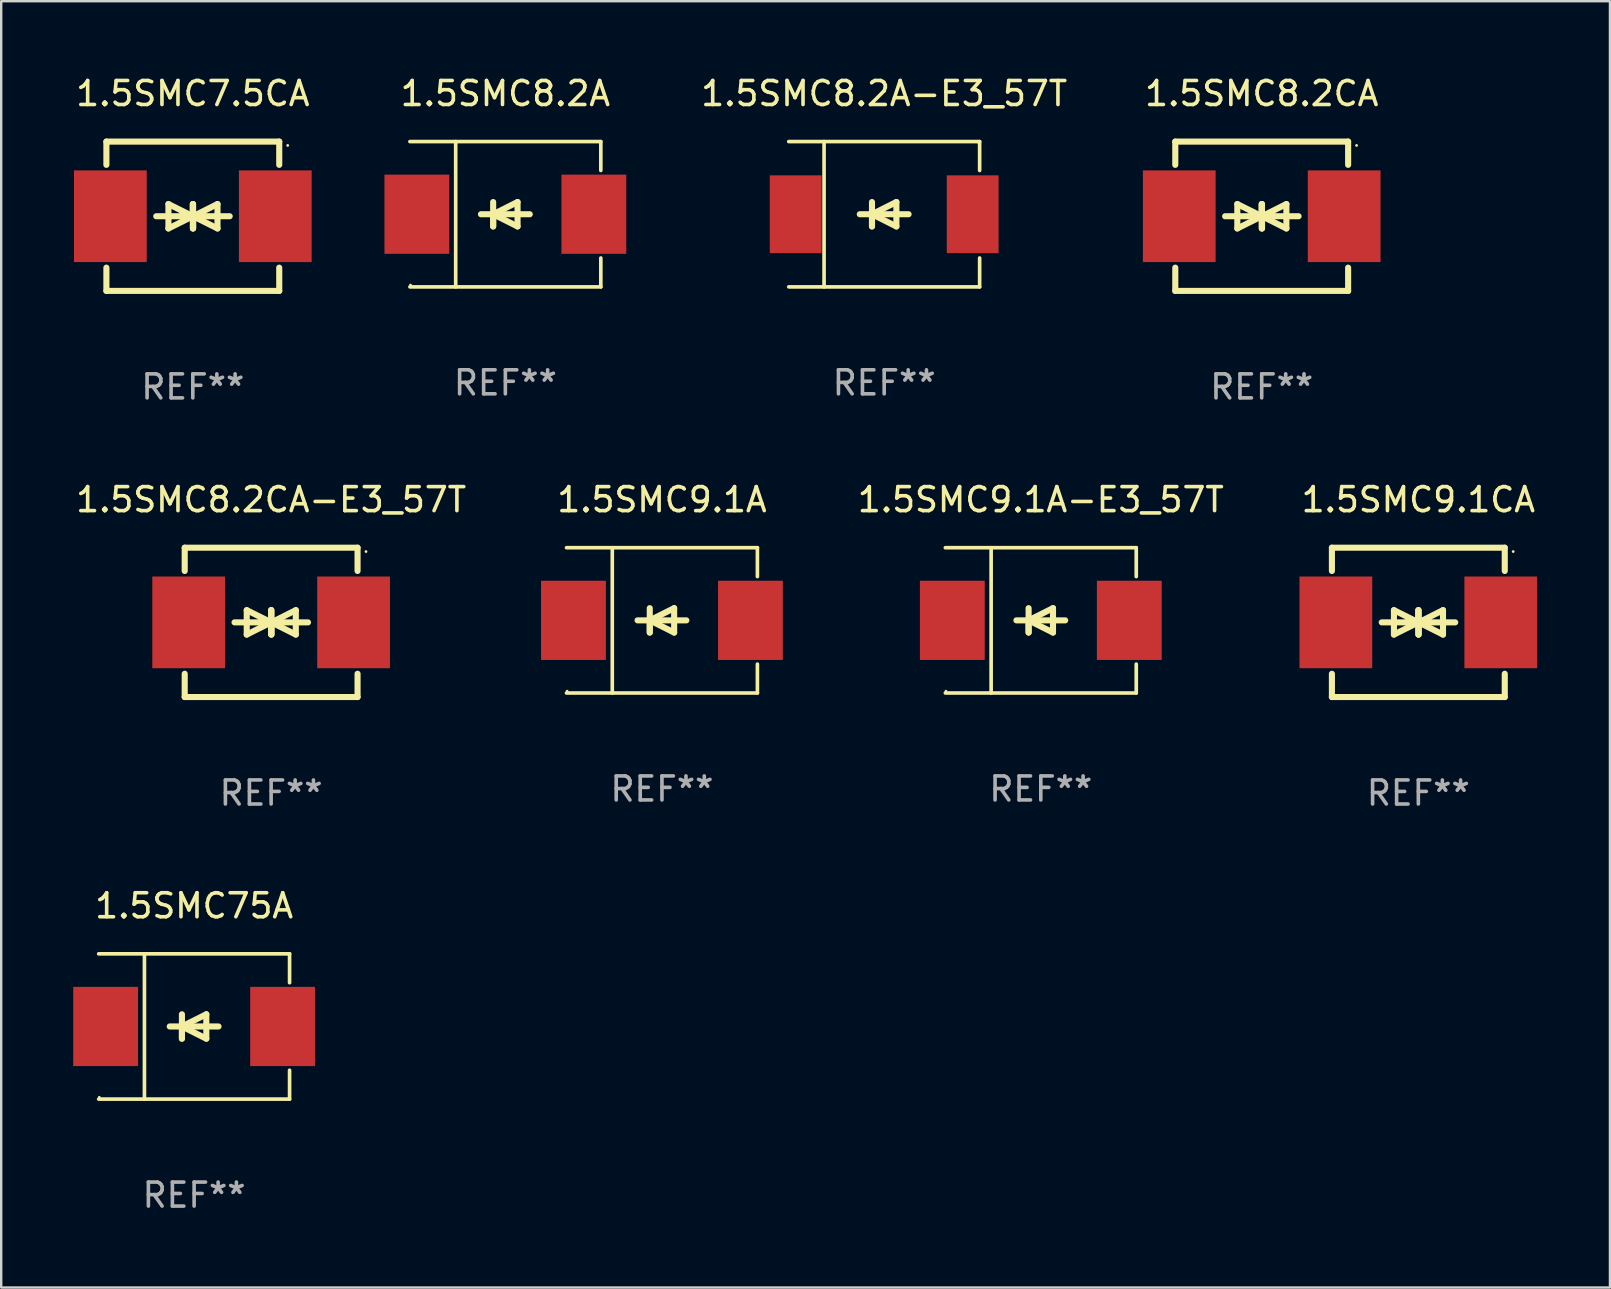
<source format=kicad_pcb>
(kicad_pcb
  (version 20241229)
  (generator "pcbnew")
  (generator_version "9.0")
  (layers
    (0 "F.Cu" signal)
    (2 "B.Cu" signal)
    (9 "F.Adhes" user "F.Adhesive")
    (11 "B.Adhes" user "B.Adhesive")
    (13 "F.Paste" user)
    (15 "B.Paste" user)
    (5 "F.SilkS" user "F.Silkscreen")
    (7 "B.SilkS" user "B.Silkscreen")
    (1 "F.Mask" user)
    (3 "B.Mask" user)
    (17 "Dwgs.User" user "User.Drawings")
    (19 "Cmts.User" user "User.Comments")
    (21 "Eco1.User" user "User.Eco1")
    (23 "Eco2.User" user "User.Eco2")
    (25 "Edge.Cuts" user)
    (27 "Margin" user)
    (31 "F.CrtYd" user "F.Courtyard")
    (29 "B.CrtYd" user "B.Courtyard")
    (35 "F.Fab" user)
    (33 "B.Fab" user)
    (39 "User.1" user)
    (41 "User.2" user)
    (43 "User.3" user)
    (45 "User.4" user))
  (footprint "1.5SMC8.2CA"
    (layer "F.Cu")
    (at 49.507 5.958)
    (property "Reference" "1.5SMC8.2CA" (at 0 -5.11 0) (layer "F.SilkS") (effects (font (size 1 1) (thickness 0.15))))
    (attr through_hole)
    (fp_line (start -3.6 -2.141) (end -3.6 -3.11) (stroke (width 0.254) (type solid)) (layer "F.SilkS"))
    (fp_line (start -3.6 3.11) (end -3.6 2.141) (stroke (width 0.254) (type solid)) (layer "F.SilkS"))
    (fp_line (start -1.524 0) (end 0.508 0) (stroke (width 0.254) (type solid)) (layer "F.SilkS"))
    (fp_line (start -1.016 -0.508) (end -1.016 0.508) (stroke (width 0.254) (type solid)) (layer "F.SilkS"))
    (fp_line (start -1.016 0.508) (end 0 0) (stroke (width 0.254) (type solid)) (layer "F.SilkS"))
    (fp_line (start 0 -0.508) (end 0 0.508) (stroke (width 0.254) (type solid)) (layer "F.SilkS"))
    (fp_line (start 0 0) (end -1.016 -0.508) (stroke (width 0.254) (type solid)) (layer "F.SilkS"))
    (fp_line (start 0 0) (end 0 -0.508) (stroke (width 0.254) (type solid)) (layer "F.SilkS"))
    (fp_line (start 0.012 0) (end 0.012 0.508) (stroke (width 0.254) (type solid)) (layer "F.SilkS"))
    (fp_line (start 0.012 0) (end 1.028 0.508) (stroke (width 0.254) (type solid)) (layer "F.SilkS"))
    (fp_line (start 0.012 0.508) (end 0.012 -0.508) (stroke (width 0.254) (type solid)) (layer "F.SilkS"))
    (fp_line (start 1.028 -0.508) (end 0.012 0) (stroke (width 0.254) (type solid)) (layer "F.SilkS"))
    (fp_line (start 1.028 0.508) (end 1.028 -0.508) (stroke (width 0.254) (type solid)) (layer "F.SilkS"))
    (fp_line (start 1.536 0) (end -0.496 0) (stroke (width 0.254) (type solid)) (layer "F.SilkS"))
    (fp_line (start 3.6 -3.11) (end -3.6 -3.11) (stroke (width 0.254) (type solid)) (layer "F.SilkS"))
    (fp_line (start 3.6 -2.141) (end 3.6 -3.11) (stroke (width 0.254) (type solid)) (layer "F.SilkS"))
    (fp_line (start 3.6 3.11) (end -3.6 3.11) (stroke (width 0.254) (type solid)) (layer "F.SilkS"))
    (fp_line (start 3.6 3.11) (end 3.6 2.141) (stroke (width 0.254) (type solid)) (layer "F.SilkS"))
    (fp_circle (center 3.952 -2.95) (end 3.982 -2.95) (stroke (width 0.06) (type solid)) (fill no) (layer "F.SilkS"))
    (fp_text user "REF**" (at 0 7.11 0) (layer "F.Fab") (effects (font (size 1 1) (thickness 0.15))))
    (pad "1" smd rect (at 3.435 0) (size 3.03 3.82) (layers "F.Cu" "F.Mask" "F.Paste"))
    (pad "2" smd rect (at -3.435 0) (size 3.03 3.82) (layers "F.Cu" "F.Mask" "F.Paste")))
  (footprint "1.5SMC8.2A-E3_57T"
    (layer "F.Cu")
    (at 33.781 5.874)
    (property "Reference" "1.5SMC8.2A-E3_57T" (at 0 -5.026 0) (layer "F.SilkS") (effects (font (size 1 1) (thickness 0.15))))
    (attr through_hole)
    (fp_line (start -3.976 -3.026) (end 3.976 -3.026) (stroke (width 0.152) (type solid)) (layer "F.SilkS"))
    (fp_line (start -3.976 3.026) (end 3.976 3.026) (stroke (width 0.152) (type solid)) (layer "F.SilkS"))
    (fp_line (start -2.504 -3.026) (end -2.504 3.026) (stroke (width 0.152) (type solid)) (layer "F.SilkS"))
    (fp_line (start -0.508 0) (end -0.508 0.508) (stroke (width 0.254) (type solid)) (layer "F.SilkS"))
    (fp_line (start -0.508 0) (end 0.508 0.508) (stroke (width 0.254) (type solid)) (layer "F.SilkS"))
    (fp_line (start -0.508 0.508) (end -0.508 -0.508) (stroke (width 0.254) (type solid)) (layer "F.SilkS"))
    (fp_line (start 0.508 -0.508) (end -0.508 0) (stroke (width 0.254) (type solid)) (layer "F.SilkS"))
    (fp_line (start 0.508 0.508) (end 0.508 -0.508) (stroke (width 0.254) (type solid)) (layer "F.SilkS"))
    (fp_line (start 1.016 0) (end -1.016 0) (stroke (width 0.254) (type solid)) (layer "F.SilkS"))
    (fp_line (start 3.976 -3.026) (end 3.976 -1.823) (stroke (width 0.152) (type solid)) (layer "F.SilkS"))
    (fp_line (start 3.976 3.026) (end 3.976 1.823) (stroke (width 0.152) (type solid)) (layer "F.SilkS"))
    (fp_circle (center 3.95 -2.95) (end 3.98 -2.95) (stroke (width 0.06) (type solid)) (fill no) (layer "F.SilkS"))
    (fp_text user "REF**" (at 0 7.026 0) (layer "F.Fab") (effects (font (size 1 1) (thickness 0.15))))
    (pad "1" smd rect (at 3.686 0 180) (size 2.158 3.24) (layers "F.Cu" "F.Mask" "F.Paste"))
    (pad "2" smd rect (at -3.686 0 180) (size 2.158 3.24) (layers "F.Cu" "F.Mask" "F.Paste")))
  (footprint "1.5SMC8.2CA-E3_57T"
    (layer "F.Cu")
    (at 8.244 22.875)
    (property "Reference" "1.5SMC8.2CA-E3_57T" (at 0 -5.11 0) (layer "F.SilkS") (effects (font (size 1 1) (thickness 0.15))))
    (attr through_hole)
    (fp_line (start -3.6 -2.141) (end -3.6 -3.11) (stroke (width 0.254) (type solid)) (layer "F.SilkS"))
    (fp_line (start -3.6 3.11) (end -3.6 2.141) (stroke (width 0.254) (type solid)) (layer "F.SilkS"))
    (fp_line (start -1.524 0) (end 0.508 0) (stroke (width 0.254) (type solid)) (layer "F.SilkS"))
    (fp_line (start -1.016 -0.508) (end -1.016 0.508) (stroke (width 0.254) (type solid)) (layer "F.SilkS"))
    (fp_line (start -1.016 0.508) (end 0 0) (stroke (width 0.254) (type solid)) (layer "F.SilkS"))
    (fp_line (start 0 -0.508) (end 0 0.508) (stroke (width 0.254) (type solid)) (layer "F.SilkS"))
    (fp_line (start 0 0) (end -1.016 -0.508) (stroke (width 0.254) (type solid)) (layer "F.SilkS"))
    (fp_line (start 0 0) (end 0 -0.508) (stroke (width 0.254) (type solid)) (layer "F.SilkS"))
    (fp_line (start 0.012 0) (end 0.012 0.508) (stroke (width 0.254) (type solid)) (layer "F.SilkS"))
    (fp_line (start 0.012 0) (end 1.028 0.508) (stroke (width 0.254) (type solid)) (layer "F.SilkS"))
    (fp_line (start 0.012 0.508) (end 0.012 -0.508) (stroke (width 0.254) (type solid)) (layer "F.SilkS"))
    (fp_line (start 1.028 -0.508) (end 0.012 0) (stroke (width 0.254) (type solid)) (layer "F.SilkS"))
    (fp_line (start 1.028 0.508) (end 1.028 -0.508) (stroke (width 0.254) (type solid)) (layer "F.SilkS"))
    (fp_line (start 1.536 0) (end -0.496 0) (stroke (width 0.254) (type solid)) (layer "F.SilkS"))
    (fp_line (start 3.6 -3.11) (end -3.6 -3.11) (stroke (width 0.254) (type solid)) (layer "F.SilkS"))
    (fp_line (start 3.6 -2.141) (end 3.6 -3.11) (stroke (width 0.254) (type solid)) (layer "F.SilkS"))
    (fp_line (start 3.6 3.11) (end -3.6 3.11) (stroke (width 0.254) (type solid)) (layer "F.SilkS"))
    (fp_line (start 3.6 3.11) (end 3.6 2.141) (stroke (width 0.254) (type solid)) (layer "F.SilkS"))
    (fp_circle (center 3.952 -2.95) (end 3.982 -2.95) (stroke (width 0.06) (type solid)) (fill no) (layer "F.SilkS"))
    (fp_text user "REF**" (at 0 7.11 0) (layer "F.Fab") (effects (font (size 1 1) (thickness 0.15))))
    (pad "1" smd rect (at 3.435 0) (size 3.03 3.82) (layers "F.Cu" "F.Mask" "F.Paste"))
    (pad "2" smd rect (at -3.435 0) (size 3.03 3.82) (layers "F.Cu" "F.Mask" "F.Paste")))
  (footprint "1.5SMC9.1A"
    (layer "F.Cu")
    (at 24.524 22.791)
    (property "Reference" "1.5SMC9.1A" (at 0 -5.026 0) (layer "F.SilkS") (effects (font (size 1 1) (thickness 0.15))))
    (attr through_hole)
    (fp_line (start -3.976 -3.026) (end 3.976 -3.026) (stroke (width 0.152) (type solid)) (layer "F.SilkS"))
    (fp_line (start -3.976 3.026) (end 3.976 3.026) (stroke (width 0.152) (type solid)) (layer "F.SilkS"))
    (fp_line (start -2.069 -3.026) (end -2.069 3.026) (stroke (width 0.152) (type solid)) (layer "F.SilkS"))
    (fp_line (start -0.508 0) (end -0.508 0.508) (stroke (width 0.254) (type solid)) (layer "F.SilkS"))
    (fp_line (start -0.508 0) (end 0.508 0.508) (stroke (width 0.254) (type solid)) (layer "F.SilkS"))
    (fp_line (start -0.508 0.508) (end -0.508 -0.508) (stroke (width 0.254) (type solid)) (layer "F.SilkS"))
    (fp_line (start 0.508 -0.508) (end -0.508 0) (stroke (width 0.254) (type solid)) (layer "F.SilkS"))
    (fp_line (start 0.508 0.508) (end 0.508 -0.508) (stroke (width 0.254) (type solid)) (layer "F.SilkS"))
    (fp_line (start 1.016 0) (end -1.016 0) (stroke (width 0.254) (type solid)) (layer "F.SilkS"))
    (fp_line (start 3.976 -3.026) (end 3.976 -1.823) (stroke (width 0.152) (type solid)) (layer "F.SilkS"))
    (fp_line (start 3.976 3.026) (end 3.976 1.823) (stroke (width 0.152) (type solid)) (layer "F.SilkS"))
    (fp_circle (center -3.95 2.95) (end -3.92 2.95) (stroke (width 0.06) (type solid)) (fill no) (layer "F.SilkS"))
    (fp_text user "REF**" (at 0 7.026 0) (layer "F.Fab") (effects (font (size 1 1) (thickness 0.15))))
    (pad "1" smd rect (at -3.686 0) (size 2.7 3.3) (layers "F.Cu" "F.Mask" "F.Paste"))
    (pad "2" smd rect (at 3.686 0) (size 2.7 3.3) (layers "F.Cu" "F.Mask" "F.Paste")))
  (footprint "1.5SMC9.1A-E3_57T"
    (layer "F.Cu")
    (at 40.305 22.791)
    (property "Reference" "1.5SMC9.1A-E3_57T" (at 0 -5.026 0) (layer "F.SilkS") (effects (font (size 1 1) (thickness 0.15))))
    (attr through_hole)
    (fp_line (start -3.976 -3.026) (end 3.976 -3.026) (stroke (width 0.152) (type solid)) (layer "F.SilkS"))
    (fp_line (start -3.976 3.026) (end 3.976 3.026) (stroke (width 0.152) (type solid)) (layer "F.SilkS"))
    (fp_line (start -2.069 -3.026) (end -2.069 3.026) (stroke (width 0.152) (type solid)) (layer "F.SilkS"))
    (fp_line (start -0.508 0) (end -0.508 0.508) (stroke (width 0.254) (type solid)) (layer "F.SilkS"))
    (fp_line (start -0.508 0) (end 0.508 0.508) (stroke (width 0.254) (type solid)) (layer "F.SilkS"))
    (fp_line (start -0.508 0.508) (end -0.508 -0.508) (stroke (width 0.254) (type solid)) (layer "F.SilkS"))
    (fp_line (start 0.508 -0.508) (end -0.508 0) (stroke (width 0.254) (type solid)) (layer "F.SilkS"))
    (fp_line (start 0.508 0.508) (end 0.508 -0.508) (stroke (width 0.254) (type solid)) (layer "F.SilkS"))
    (fp_line (start 1.016 0) (end -1.016 0) (stroke (width 0.254) (type solid)) (layer "F.SilkS"))
    (fp_line (start 3.976 -3.026) (end 3.976 -1.823) (stroke (width 0.152) (type solid)) (layer "F.SilkS"))
    (fp_line (start 3.976 3.026) (end 3.976 1.823) (stroke (width 0.152) (type solid)) (layer "F.SilkS"))
    (fp_circle (center -3.95 2.95) (end -3.92 2.95) (stroke (width 0.06) (type solid)) (fill no) (layer "F.SilkS"))
    (fp_text user "REF**" (at 0 7.026 0) (layer "F.Fab") (effects (font (size 1 1) (thickness 0.15))))
    (pad "1" smd rect (at -3.686 0) (size 2.7 3.3) (layers "F.Cu" "F.Mask" "F.Paste"))
    (pad "2" smd rect (at 3.686 0) (size 2.7 3.3) (layers "F.Cu" "F.Mask" "F.Paste")))
  (footprint "1.5SMC9.1CA"
    (layer "F.Cu")
    (at 56.031 22.875)
    (property "Reference" "1.5SMC9.1CA" (at 0 -5.11 0) (layer "F.SilkS") (effects (font (size 1 1) (thickness 0.15))))
    (attr through_hole)
    (fp_line (start -3.6 -2.141) (end -3.6 -3.11) (stroke (width 0.254) (type solid)) (layer "F.SilkS"))
    (fp_line (start -3.6 3.11) (end -3.6 2.141) (stroke (width 0.254) (type solid)) (layer "F.SilkS"))
    (fp_line (start -1.524 0) (end 0.508 0) (stroke (width 0.254) (type solid)) (layer "F.SilkS"))
    (fp_line (start -1.016 -0.508) (end -1.016 0.508) (stroke (width 0.254) (type solid)) (layer "F.SilkS"))
    (fp_line (start -1.016 0.508) (end 0 0) (stroke (width 0.254) (type solid)) (layer "F.SilkS"))
    (fp_line (start 0 -0.508) (end 0 0.508) (stroke (width 0.254) (type solid)) (layer "F.SilkS"))
    (fp_line (start 0 0) (end -1.016 -0.508) (stroke (width 0.254) (type solid)) (layer "F.SilkS"))
    (fp_line (start 0 0) (end 0 -0.508) (stroke (width 0.254) (type solid)) (layer "F.SilkS"))
    (fp_line (start 0.012 0) (end 0.012 0.508) (stroke (width 0.254) (type solid)) (layer "F.SilkS"))
    (fp_line (start 0.012 0) (end 1.028 0.508) (stroke (width 0.254) (type solid)) (layer "F.SilkS"))
    (fp_line (start 0.012 0.508) (end 0.012 -0.508) (stroke (width 0.254) (type solid)) (layer "F.SilkS"))
    (fp_line (start 1.028 -0.508) (end 0.012 0) (stroke (width 0.254) (type solid)) (layer "F.SilkS"))
    (fp_line (start 1.028 0.508) (end 1.028 -0.508) (stroke (width 0.254) (type solid)) (layer "F.SilkS"))
    (fp_line (start 1.536 0) (end -0.496 0) (stroke (width 0.254) (type solid)) (layer "F.SilkS"))
    (fp_line (start 3.6 -3.11) (end -3.6 -3.11) (stroke (width 0.254) (type solid)) (layer "F.SilkS"))
    (fp_line (start 3.6 -2.141) (end 3.6 -3.11) (stroke (width 0.254) (type solid)) (layer "F.SilkS"))
    (fp_line (start 3.6 3.11) (end -3.6 3.11) (stroke (width 0.254) (type solid)) (layer "F.SilkS"))
    (fp_line (start 3.6 3.11) (end 3.6 2.141) (stroke (width 0.254) (type solid)) (layer "F.SilkS"))
    (fp_circle (center 3.952 -2.95) (end 3.982 -2.95) (stroke (width 0.06) (type solid)) (fill no) (layer "F.SilkS"))
    (fp_text user "REF**" (at 0 7.11 0) (layer "F.Fab") (effects (font (size 1 1) (thickness 0.15))))
    (pad "1" smd rect (at 3.435 0) (size 3.03 3.82) (layers "F.Cu" "F.Mask" "F.Paste"))
    (pad "2" smd rect (at -3.435 0) (size 3.03 3.82) (layers "F.Cu" "F.Mask" "F.Paste")))
  (footprint "1.5SMC8.2A"
    (layer "F.Cu")
    (at 18.001 5.874)
    (property "Reference" "1.5SMC8.2A" (at 0 -5.026 0) (layer "F.SilkS") (effects (font (size 1 1) (thickness 0.15))))
    (attr through_hole)
    (fp_line (start -3.976 -3.026) (end 3.976 -3.026) (stroke (width 0.152) (type solid)) (layer "F.SilkS"))
    (fp_line (start -3.976 3.026) (end 3.976 3.026) (stroke (width 0.152) (type solid)) (layer "F.SilkS"))
    (fp_line (start -2.069 -3.026) (end -2.069 3.026) (stroke (width 0.152) (type solid)) (layer "F.SilkS"))
    (fp_line (start -0.508 0) (end -0.508 0.508) (stroke (width 0.254) (type solid)) (layer "F.SilkS"))
    (fp_line (start -0.508 0) (end 0.508 0.508) (stroke (width 0.254) (type solid)) (layer "F.SilkS"))
    (fp_line (start -0.508 0.508) (end -0.508 -0.508) (stroke (width 0.254) (type solid)) (layer "F.SilkS"))
    (fp_line (start 0.508 -0.508) (end -0.508 0) (stroke (width 0.254) (type solid)) (layer "F.SilkS"))
    (fp_line (start 0.508 0.508) (end 0.508 -0.508) (stroke (width 0.254) (type solid)) (layer "F.SilkS"))
    (fp_line (start 1.016 0) (end -1.016 0) (stroke (width 0.254) (type solid)) (layer "F.SilkS"))
    (fp_line (start 3.976 -3.026) (end 3.976 -1.823) (stroke (width 0.152) (type solid)) (layer "F.SilkS"))
    (fp_line (start 3.976 3.026) (end 3.976 1.823) (stroke (width 0.152) (type solid)) (layer "F.SilkS"))
    (fp_circle (center -3.95 2.95) (end -3.92 2.95) (stroke (width 0.06) (type solid)) (fill no) (layer "F.SilkS"))
    (fp_text user "REF**" (at 0 7.026 0) (layer "F.Fab") (effects (font (size 1 1) (thickness 0.15))))
    (pad "1" smd rect (at -3.686 0) (size 2.7 3.3) (layers "F.Cu" "F.Mask" "F.Paste"))
    (pad "2" smd rect (at 3.686 0) (size 2.7 3.3) (layers "F.Cu" "F.Mask" "F.Paste")))
  (footprint "1.5SMC75A"
    (layer "F.Cu")
    (at 5.036 39.708)
    (property "Reference" "1.5SMC75A" (at 0 -5.026 0) (layer "F.SilkS") (effects (font (size 1 1) (thickness 0.15))))
    (attr through_hole)
    (fp_line (start -3.976 -3.026) (end 3.976 -3.026) (stroke (width 0.152) (type solid)) (layer "F.SilkS"))
    (fp_line (start -3.976 3.026) (end 3.976 3.026) (stroke (width 0.152) (type solid)) (layer "F.SilkS"))
    (fp_line (start -2.069 -3.026) (end -2.069 3.026) (stroke (width 0.152) (type solid)) (layer "F.SilkS"))
    (fp_line (start -0.508 0) (end -0.508 0.508) (stroke (width 0.254) (type solid)) (layer "F.SilkS"))
    (fp_line (start -0.508 0) (end 0.508 0.508) (stroke (width 0.254) (type solid)) (layer "F.SilkS"))
    (fp_line (start -0.508 0.508) (end -0.508 -0.508) (stroke (width 0.254) (type solid)) (layer "F.SilkS"))
    (fp_line (start 0.508 -0.508) (end -0.508 0) (stroke (width 0.254) (type solid)) (layer "F.SilkS"))
    (fp_line (start 0.508 0.508) (end 0.508 -0.508) (stroke (width 0.254) (type solid)) (layer "F.SilkS"))
    (fp_line (start 1.016 0) (end -1.016 0) (stroke (width 0.254) (type solid)) (layer "F.SilkS"))
    (fp_line (start 3.976 -3.026) (end 3.976 -1.823) (stroke (width 0.152) (type solid)) (layer "F.SilkS"))
    (fp_line (start 3.976 3.026) (end 3.976 1.823) (stroke (width 0.152) (type solid)) (layer "F.SilkS"))
    (fp_circle (center -3.95 2.95) (end -3.92 2.95) (stroke (width 0.06) (type solid)) (fill no) (layer "F.SilkS"))
    (fp_text user "REF**" (at 0 7.026 0) (layer "F.Fab") (effects (font (size 1 1) (thickness 0.15))))
    (pad "1" smd rect (at -3.686 0) (size 2.7 3.3) (layers "F.Cu" "F.Mask" "F.Paste"))
    (pad "2" smd rect (at 3.686 0) (size 2.7 3.3) (layers "F.Cu" "F.Mask" "F.Paste")))
  (footprint "1.5SMC7.5CA"
    (layer "F.Cu")
    (at 4.982 5.958)
    (property "Reference" "1.5SMC7.5CA" (at 0 -5.11 0) (layer "F.SilkS") (effects (font (size 1 1) (thickness 0.15))))
    (attr through_hole)
    (fp_line (start -3.6 -2.141) (end -3.6 -3.11) (stroke (width 0.254) (type solid)) (layer "F.SilkS"))
    (fp_line (start -3.6 3.11) (end -3.6 2.141) (stroke (width 0.254) (type solid)) (layer "F.SilkS"))
    (fp_line (start -1.524 0) (end 0.508 0) (stroke (width 0.254) (type solid)) (layer "F.SilkS"))
    (fp_line (start -1.016 -0.508) (end -1.016 0.508) (stroke (width 0.254) (type solid)) (layer "F.SilkS"))
    (fp_line (start -1.016 0.508) (end 0 0) (stroke (width 0.254) (type solid)) (layer "F.SilkS"))
    (fp_line (start 0 -0.508) (end 0 0.508) (stroke (width 0.254) (type solid)) (layer "F.SilkS"))
    (fp_line (start 0 0) (end -1.016 -0.508) (stroke (width 0.254) (type solid)) (layer "F.SilkS"))
    (fp_line (start 0 0) (end 0 -0.508) (stroke (width 0.254) (type solid)) (layer "F.SilkS"))
    (fp_line (start 0.012 0) (end 0.012 0.508) (stroke (width 0.254) (type solid)) (layer "F.SilkS"))
    (fp_line (start 0.012 0) (end 1.028 0.508) (stroke (width 0.254) (type solid)) (layer "F.SilkS"))
    (fp_line (start 0.012 0.508) (end 0.012 -0.508) (stroke (width 0.254) (type solid)) (layer "F.SilkS"))
    (fp_line (start 1.028 -0.508) (end 0.012 0) (stroke (width 0.254) (type solid)) (layer "F.SilkS"))
    (fp_line (start 1.028 0.508) (end 1.028 -0.508) (stroke (width 0.254) (type solid)) (layer "F.SilkS"))
    (fp_line (start 1.536 0) (end -0.496 0) (stroke (width 0.254) (type solid)) (layer "F.SilkS"))
    (fp_line (start 3.6 -3.11) (end -3.6 -3.11) (stroke (width 0.254) (type solid)) (layer "F.SilkS"))
    (fp_line (start 3.6 -2.141) (end 3.6 -3.11) (stroke (width 0.254) (type solid)) (layer "F.SilkS"))
    (fp_line (start 3.6 3.11) (end -3.6 3.11) (stroke (width 0.254) (type solid)) (layer "F.SilkS"))
    (fp_line (start 3.6 3.11) (end 3.6 2.141) (stroke (width 0.254) (type solid)) (layer "F.SilkS"))
    (fp_circle (center 3.952 -2.95) (end 3.982 -2.95) (stroke (width 0.06) (type solid)) (fill no) (layer "F.SilkS"))
    (fp_text user "REF**" (at 0 7.11 0) (layer "F.Fab") (effects (font (size 1 1) (thickness 0.15))))
    (pad "1" smd rect (at 3.435 0) (size 3.03 3.82) (layers "F.Cu" "F.Mask" "F.Paste"))
    (pad "2" smd rect (at -3.435 0) (size 3.03 3.82) (layers "F.Cu" "F.Mask" "F.Paste")))
  (gr_rect
    (start -3 -3)
    (end 64.013 50.582)
    (stroke (width 0.1) (type default))
    (fill no)
    (layer "Edge.Cuts")))
</source>
